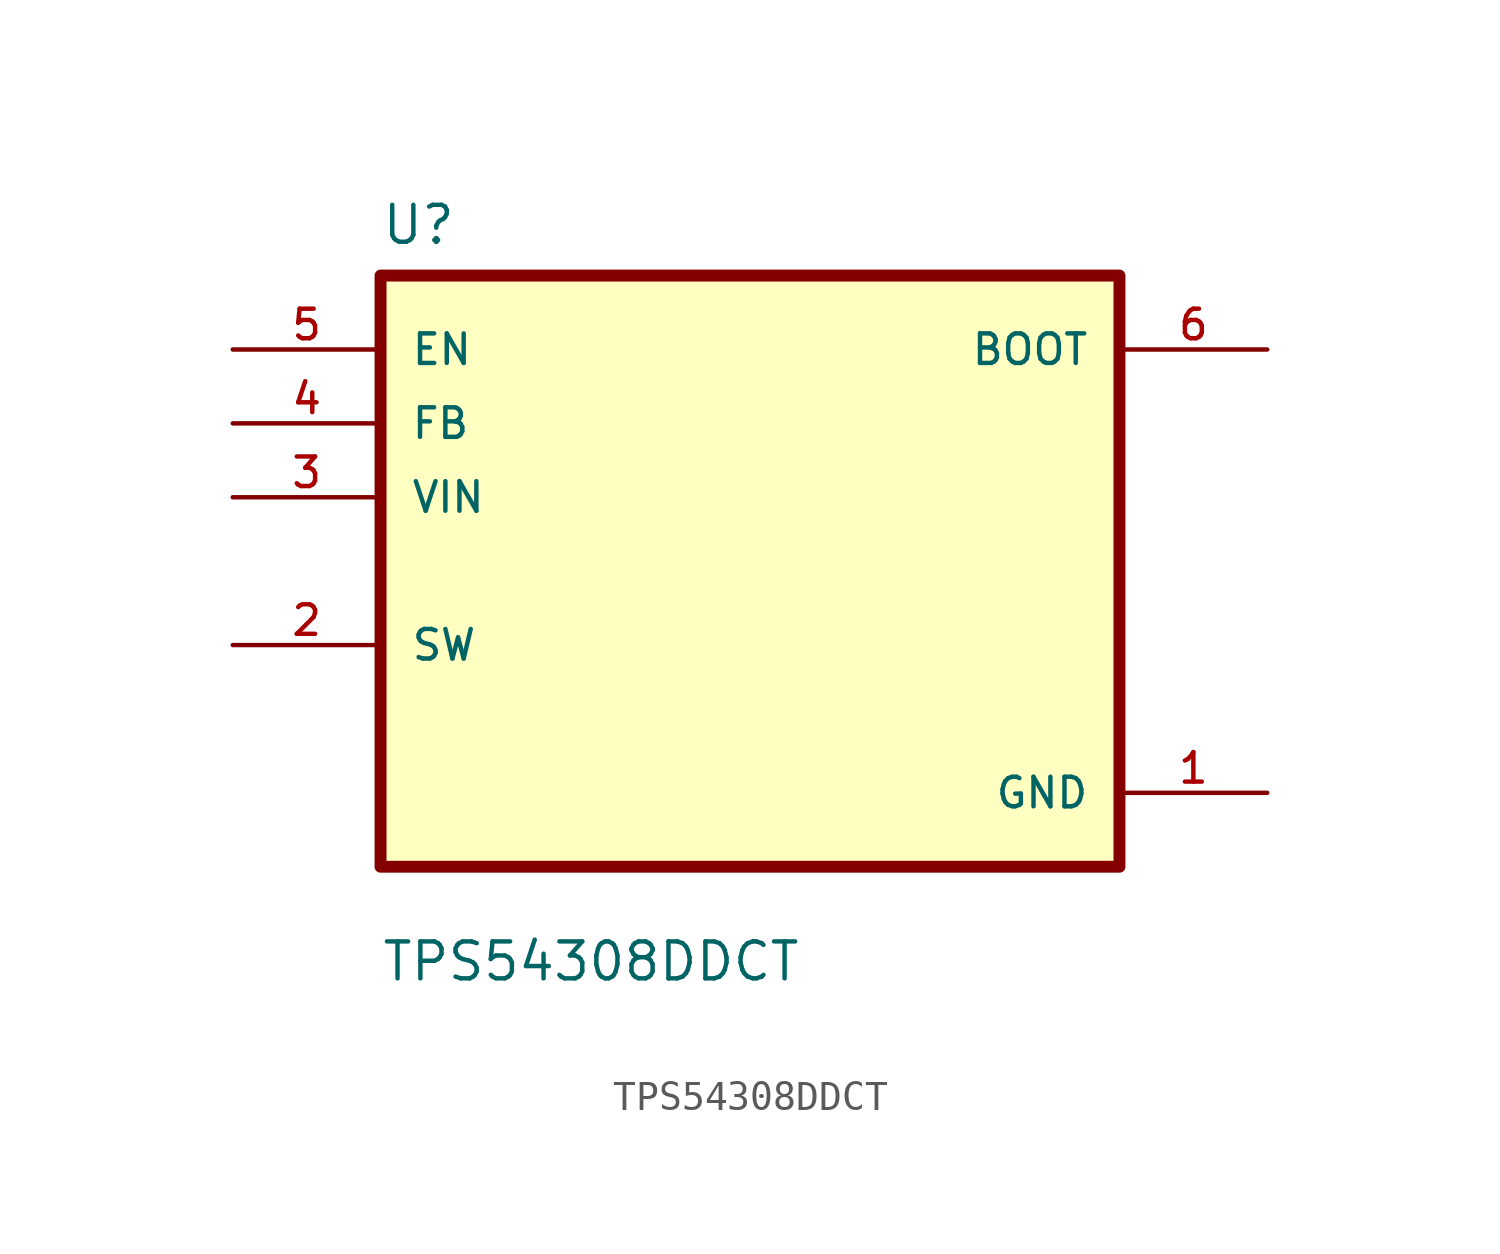
<source format=kicad_sym>
(kicad_symbol_lib
  (version 20211014)
  (generator kicad_symbol_editor)
  (symbol "TPS54308DDCT"
    (pin_names
      (offset 1.016))
    (property "Reference" "U"
      (at -12.7 11.16 0.0)
      (effects (font (size 1.27 1.27)) (justify bottom left)))
    (property "Value" "TPS54308DDCT"
      (at -12.7 -14.16 0.0)
      (effects (font (size 1.27 1.27)) (justify bottom left)))
    (symbol "TPS54308DDCT_0_0"
      (rectangle (start -12.7 -10.16) (end 12.7 10.16) (stroke (width 0.41)) (fill (type background)))
      (pin input line (at -17.78 7.62 0) (length 5.08) (name "EN" (effects (font (size 1.016 1.016)))) (number "5" (effects (font (size 1.016 1.016)))))
      (pin input line (at -17.78 5.08 0) (length 5.08) (name "FB" (effects (font (size 1.016 1.016)))) (number "4" (effects (font (size 1.016 1.016)))))
      (pin input line (at -17.78 2.54 0) (length 5.08) (name "VIN" (effects (font (size 1.016 1.016)))) (number "3" (effects (font (size 1.016 1.016)))))
      (pin bidirectional line (at -17.78 -2.54 0) (length 5.08) (name "SW" (effects (font (size 1.016 1.016)))) (number "2" (effects (font (size 1.016 1.016)))))
      (pin output line (at 17.78 7.62 180.0) (length 5.08) (name "BOOT" (effects (font (size 1.016 1.016)))) (number "6" (effects (font (size 1.016 1.016)))))
      (pin power_in line (at 17.78 -7.62 180.0) (length 5.08) (name "GND" (effects (font (size 1.016 1.016)))) (number "1" (effects (font (size 1.016 1.016))))))))
</source>
